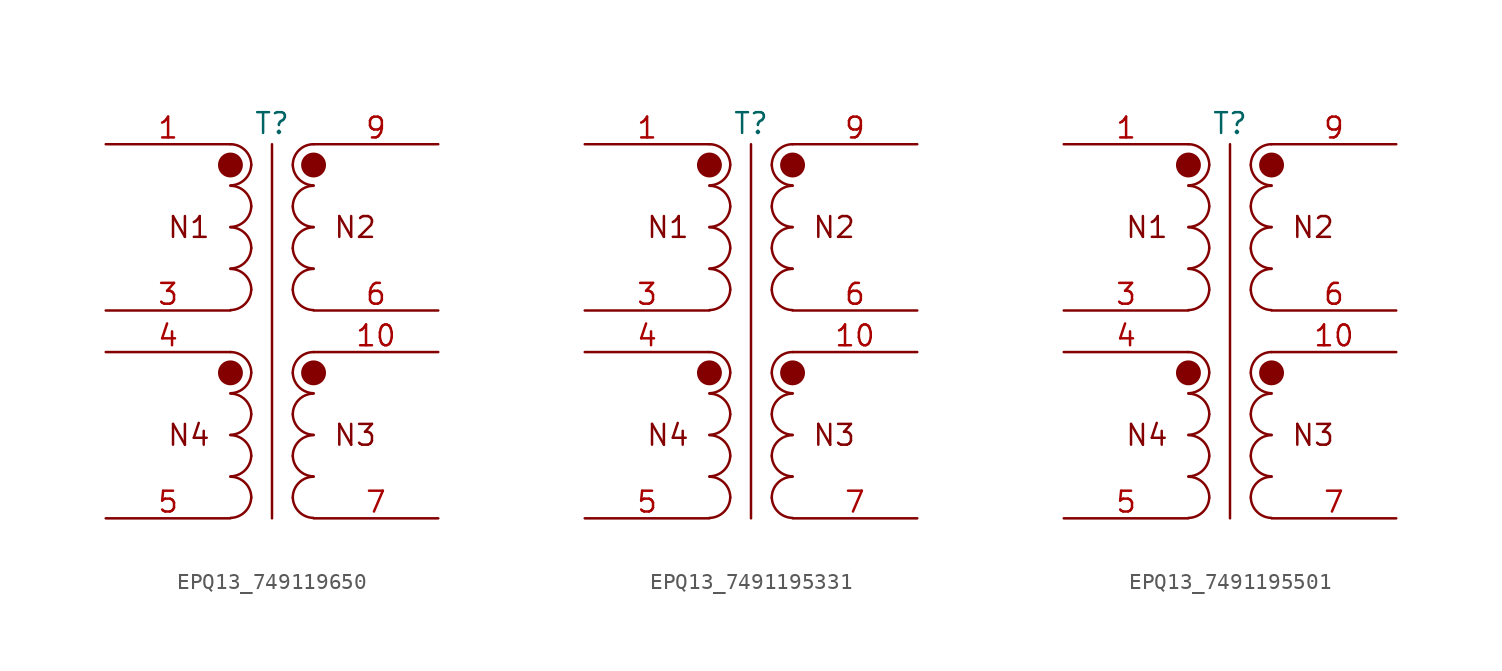
<source format=kicad_sym>
(kicad_symbol_lib
  (version 20220914)
  (generator kicad_symbol_editor)
  (symbol "EPQ13_749119650"
    (pin_names hide)
    (property "Reference" "T"
      (at 0 12.7 0)
      (effects (font (size 1.27 1.27))))
    (property "Critical Parameter" ""
      (at 0 -5.08 0)
      (effects (font (size 1.27 1.27)) (justify left)))
    (symbol "EPQ13_749119650_0_1"
      (arc (start -2.54 -11.4046) (mid -1.6561 -11.0363) (end -1.27 -10.16) (stroke (width 0) (type default)) (fill (type none)))
      (arc (start -2.54 -8.8646) (mid -1.6561 -8.4963) (end -1.27 -7.62) (stroke (width 0) (type default)) (fill (type none)))
      (arc (start -2.54 -6.3246) (mid -1.6561 -5.9563) (end -1.27 -5.08) (stroke (width 0) (type default)) (fill (type none)))
      (arc (start -2.54 -3.7846) (mid -1.6561 -3.4163) (end -1.27 -2.54) (stroke (width 0) (type default)) (fill (type none)))
      (arc (start -2.54 1.2954) (mid -1.6561 1.6637) (end -1.27 2.54) (stroke (width 0) (type default)) (fill (type none)))
      (arc (start -2.54 3.8354) (mid -1.6561 4.2037) (end -1.27 5.08) (stroke (width 0) (type default)) (fill (type none)))
      (arc (start -2.54 6.3754) (mid -1.6561 6.7437) (end -1.27 7.62) (stroke (width 0) (type default)) (fill (type none)))
      (arc (start -2.54 8.9154) (mid -1.6561 9.2837) (end -1.27 10.16) (stroke (width 0) (type default)) (fill (type none)))
      (arc (start -1.27 -10.16) (mid -1.642 -9.262) (end -2.54 -8.89) (stroke (width 0) (type default)) (fill (type none)))
      (arc (start -1.27 -7.62) (mid -1.642 -6.722) (end -2.54 -6.35) (stroke (width 0) (type default)) (fill (type none)))
      (arc (start -1.27 -5.08) (mid -1.642 -4.182) (end -2.54 -3.81) (stroke (width 0) (type default)) (fill (type none)))
      (arc (start -1.27 -2.54) (mid -1.642 -1.642) (end -2.54 -1.27) (stroke (width 0) (type default)) (fill (type none)))
      (arc (start -1.27 2.54) (mid -1.642 3.438) (end -2.54 3.81) (stroke (width 0) (type default)) (fill (type none)))
      (arc (start -1.27 5.08) (mid -1.642 5.978) (end -2.54 6.35) (stroke (width 0) (type default)) (fill (type none)))
      (arc (start -1.27 7.62) (mid -1.642 8.518) (end -2.54 8.89) (stroke (width 0) (type default)) (fill (type none)))
      (arc (start -1.27 10.16) (mid -1.642 11.058) (end -2.54 11.43) (stroke (width 0) (type default)) (fill (type none)))
      (polyline (pts (xy 0 -11.43) (xy 0 11.43)) (stroke (width 0) (type default)) (fill (type none)))
      (arc (start 1.27 -10.16) (mid 1.6561 -11.0363) (end 2.54 -11.4046) (stroke (width 0) (type default)) (fill (type none)))
      (arc (start 1.27 -7.62) (mid 1.6561 -8.4963) (end 2.54 -8.8646) (stroke (width 0) (type default)) (fill (type none)))
      (arc (start 1.27 -5.08) (mid 1.6561 -5.9563) (end 2.54 -6.3246) (stroke (width 0) (type default)) (fill (type none)))
      (arc (start 1.27 -2.54) (mid 1.6561 -3.4163) (end 2.54 -3.7846) (stroke (width 0) (type default)) (fill (type none)))
      (arc (start 1.27 2.54) (mid 1.6561 1.6637) (end 2.54 1.2954) (stroke (width 0) (type default)) (fill (type none)))
      (arc (start 1.27 5.08) (mid 1.6561 4.2037) (end 2.54 3.8354) (stroke (width 0) (type default)) (fill (type none)))
      (arc (start 1.27 7.62) (mid 1.6561 6.7437) (end 2.54 6.3754) (stroke (width 0) (type default)) (fill (type none)))
      (arc (start 1.27 10.16) (mid 1.6561 9.2837) (end 2.54 8.9154) (stroke (width 0) (type default)) (fill (type none)))
      (arc (start 2.54 -8.89) (mid 1.642 -9.262) (end 1.27 -10.16) (stroke (width 0) (type default)) (fill (type none)))
      (arc (start 2.54 -6.35) (mid 1.642 -6.722) (end 1.27 -7.62) (stroke (width 0) (type default)) (fill (type none)))
      (arc (start 2.54 -3.81) (mid 1.642 -4.182) (end 1.27 -5.08) (stroke (width 0) (type default)) (fill (type none)))
      (arc (start 2.54 -1.27) (mid 1.642 -1.642) (end 1.27 -2.54) (stroke (width 0) (type default)) (fill (type none)))
      (arc (start 2.54 3.81) (mid 1.642 3.438) (end 1.27 2.54) (stroke (width 0) (type default)) (fill (type none)))
      (arc (start 2.54 6.35) (mid 1.642 5.978) (end 1.27 5.08) (stroke (width 0) (type default)) (fill (type none)))
      (arc (start 2.54 8.89) (mid 1.642 8.518) (end 1.27 7.62) (stroke (width 0) (type default)) (fill (type none)))
      (arc (start 2.54 11.43) (mid 1.642 11.058) (end 1.27 10.16) (stroke (width 0) (type default)) (fill (type none))))
    (symbol "EPQ13_749119650_1_1"
      (circle (center -2.54 -2.54) (radius 0.0001) (stroke (width 0.762) (type default)) (fill (type none)))
      (circle (center -2.54 10.16) (radius 0.0001) (stroke (width 0.762) (type default)) (fill (type none)))
      (circle (center 2.54 -2.54) (radius 0.0001) (stroke (width 0.762) (type default)) (fill (type none)))
      (circle (center 2.54 10.16) (radius 0.0001) (stroke (width 0.762) (type default)) (fill (type none)))
      (text "N1" (at -5.08 6.35 0) (effects (font (size 1.27 1.27))))
      (text "N2" (at 5.08 6.35 0) (effects (font (size 1.27 1.27))))
      (text "N4" (at -5.08 -6.35 0) (effects (font (size 1.27 1.27))))
      (text "N3" (at 5.08 -6.35 0) (effects (font (size 1.27 1.27))))
      (pin passive line (at -10.16 11.43 0) (length 7.62) (name "1" (effects (font (size 1.27 1.27)))) (number "1" (effects (font (size 1.27 1.27)))))
      (pin passive line (at -10.16 1.27 0) (length 7.62) (name "3" (effects (font (size 1.27 1.27)))) (number "3" (effects (font (size 1.27 1.27)))))
      (pin passive line (at -10.16 -1.27 0) (length 7.62) (name "4" (effects (font (size 1.27 1.27)))) (number "4" (effects (font (size 1.27 1.27)))))
      (pin passive line (at -10.16 -11.43 0) (length 7.62) (name "5" (effects (font (size 1.27 1.27)))) (number "5" (effects (font (size 1.27 1.27)))))
      (pin passive line (at 10.16 11.43 180) (length 7.62) (name "9" (effects (font (size 1.27 1.27)))) (number "9" (effects (font (size 1.27 1.27)))))
      (pin passive line (at 10.16 1.27 180) (length 7.62) (name "6" (effects (font (size 1.27 1.27)))) (number "6" (effects (font (size 1.27 1.27)))))
      (pin passive line (at 10.16 -1.27 180) (length 7.62) (name "10" (effects (font (size 1.27 1.27)))) (number "10" (effects (font (size 1.27 1.27)))))
      (pin passive line (at 10.16 -11.43 180) (length 7.62) (name "7" (effects (font (size 1.27 1.27)))) (number "7" (effects (font (size 1.27 1.27)))))))
  (symbol "EPQ13_7491195331"
    (pin_names hide)
    (property "Reference" "T"
      (at 0 12.7 0)
      (effects (font (size 1.27 1.27))))
    (property "Critical Parameter" ""
      (at 0 -5.08 0)
      (effects (font (size 1.27 1.27)) (justify left)))
    (symbol "EPQ13_7491195331_0_1"
      (arc (start -2.54 -11.4046) (mid -1.6561 -11.0363) (end -1.27 -10.16) (stroke (width 0) (type default)) (fill (type none)))
      (arc (start -2.54 -8.8646) (mid -1.6561 -8.4963) (end -1.27 -7.62) (stroke (width 0) (type default)) (fill (type none)))
      (arc (start -2.54 -6.3246) (mid -1.6561 -5.9563) (end -1.27 -5.08) (stroke (width 0) (type default)) (fill (type none)))
      (arc (start -2.54 -3.7846) (mid -1.6561 -3.4163) (end -1.27 -2.54) (stroke (width 0) (type default)) (fill (type none)))
      (arc (start -2.54 1.2954) (mid -1.6561 1.6637) (end -1.27 2.54) (stroke (width 0) (type default)) (fill (type none)))
      (arc (start -2.54 3.8354) (mid -1.6561 4.2037) (end -1.27 5.08) (stroke (width 0) (type default)) (fill (type none)))
      (arc (start -2.54 6.3754) (mid -1.6561 6.7437) (end -1.27 7.62) (stroke (width 0) (type default)) (fill (type none)))
      (arc (start -2.54 8.9154) (mid -1.6561 9.2837) (end -1.27 10.16) (stroke (width 0) (type default)) (fill (type none)))
      (arc (start -1.27 -10.16) (mid -1.642 -9.262) (end -2.54 -8.89) (stroke (width 0) (type default)) (fill (type none)))
      (arc (start -1.27 -7.62) (mid -1.642 -6.722) (end -2.54 -6.35) (stroke (width 0) (type default)) (fill (type none)))
      (arc (start -1.27 -5.08) (mid -1.642 -4.182) (end -2.54 -3.81) (stroke (width 0) (type default)) (fill (type none)))
      (arc (start -1.27 -2.54) (mid -1.642 -1.642) (end -2.54 -1.27) (stroke (width 0) (type default)) (fill (type none)))
      (arc (start -1.27 2.54) (mid -1.642 3.438) (end -2.54 3.81) (stroke (width 0) (type default)) (fill (type none)))
      (arc (start -1.27 5.08) (mid -1.642 5.978) (end -2.54 6.35) (stroke (width 0) (type default)) (fill (type none)))
      (arc (start -1.27 7.62) (mid -1.642 8.518) (end -2.54 8.89) (stroke (width 0) (type default)) (fill (type none)))
      (arc (start -1.27 10.16) (mid -1.642 11.058) (end -2.54 11.43) (stroke (width 0) (type default)) (fill (type none)))
      (polyline (pts (xy 0 -11.43) (xy 0 11.43)) (stroke (width 0) (type default)) (fill (type none)))
      (arc (start 1.27 -10.16) (mid 1.6561 -11.0363) (end 2.54 -11.4046) (stroke (width 0) (type default)) (fill (type none)))
      (arc (start 1.27 -7.62) (mid 1.6561 -8.4963) (end 2.54 -8.8646) (stroke (width 0) (type default)) (fill (type none)))
      (arc (start 1.27 -5.08) (mid 1.6561 -5.9563) (end 2.54 -6.3246) (stroke (width 0) (type default)) (fill (type none)))
      (arc (start 1.27 -2.54) (mid 1.6561 -3.4163) (end 2.54 -3.7846) (stroke (width 0) (type default)) (fill (type none)))
      (arc (start 1.27 2.54) (mid 1.6561 1.6637) (end 2.54 1.2954) (stroke (width 0) (type default)) (fill (type none)))
      (arc (start 1.27 5.08) (mid 1.6561 4.2037) (end 2.54 3.8354) (stroke (width 0) (type default)) (fill (type none)))
      (arc (start 1.27 7.62) (mid 1.6561 6.7437) (end 2.54 6.3754) (stroke (width 0) (type default)) (fill (type none)))
      (arc (start 1.27 10.16) (mid 1.6561 9.2837) (end 2.54 8.9154) (stroke (width 0) (type default)) (fill (type none)))
      (arc (start 2.54 -8.89) (mid 1.642 -9.262) (end 1.27 -10.16) (stroke (width 0) (type default)) (fill (type none)))
      (arc (start 2.54 -6.35) (mid 1.642 -6.722) (end 1.27 -7.62) (stroke (width 0) (type default)) (fill (type none)))
      (arc (start 2.54 -3.81) (mid 1.642 -4.182) (end 1.27 -5.08) (stroke (width 0) (type default)) (fill (type none)))
      (arc (start 2.54 -1.27) (mid 1.642 -1.642) (end 1.27 -2.54) (stroke (width 0) (type default)) (fill (type none)))
      (arc (start 2.54 3.81) (mid 1.642 3.438) (end 1.27 2.54) (stroke (width 0) (type default)) (fill (type none)))
      (arc (start 2.54 6.35) (mid 1.642 5.978) (end 1.27 5.08) (stroke (width 0) (type default)) (fill (type none)))
      (arc (start 2.54 8.89) (mid 1.642 8.518) (end 1.27 7.62) (stroke (width 0) (type default)) (fill (type none)))
      (arc (start 2.54 11.43) (mid 1.642 11.058) (end 1.27 10.16) (stroke (width 0) (type default)) (fill (type none))))
    (symbol "EPQ13_7491195331_1_1"
      (circle (center -2.54 -2.54) (radius 0.0001) (stroke (width 0.762) (type default)) (fill (type none)))
      (circle (center -2.54 10.16) (radius 0.0001) (stroke (width 0.762) (type default)) (fill (type none)))
      (circle (center 2.54 -2.54) (radius 0.0001) (stroke (width 0.762) (type default)) (fill (type none)))
      (circle (center 2.54 10.16) (radius 0.0001) (stroke (width 0.762) (type default)) (fill (type none)))
      (text "N1" (at -5.08 6.35 0) (effects (font (size 1.27 1.27))))
      (text "N2" (at 5.08 6.35 0) (effects (font (size 1.27 1.27))))
      (text "N4" (at -5.08 -6.35 0) (effects (font (size 1.27 1.27))))
      (text "N3" (at 5.08 -6.35 0) (effects (font (size 1.27 1.27))))
      (pin passive line (at -10.16 11.43 0) (length 7.62) (name "1" (effects (font (size 1.27 1.27)))) (number "1" (effects (font (size 1.27 1.27)))))
      (pin passive line (at -10.16 1.27 0) (length 7.62) (name "3" (effects (font (size 1.27 1.27)))) (number "3" (effects (font (size 1.27 1.27)))))
      (pin passive line (at -10.16 -1.27 0) (length 7.62) (name "4" (effects (font (size 1.27 1.27)))) (number "4" (effects (font (size 1.27 1.27)))))
      (pin passive line (at -10.16 -11.43 0) (length 7.62) (name "5" (effects (font (size 1.27 1.27)))) (number "5" (effects (font (size 1.27 1.27)))))
      (pin passive line (at 10.16 11.43 180) (length 7.62) (name "9" (effects (font (size 1.27 1.27)))) (number "9" (effects (font (size 1.27 1.27)))))
      (pin passive line (at 10.16 1.27 180) (length 7.62) (name "6" (effects (font (size 1.27 1.27)))) (number "6" (effects (font (size 1.27 1.27)))))
      (pin passive line (at 10.16 -1.27 180) (length 7.62) (name "10" (effects (font (size 1.27 1.27)))) (number "10" (effects (font (size 1.27 1.27)))))
      (pin passive line (at 10.16 -11.43 180) (length 7.62) (name "7" (effects (font (size 1.27 1.27)))) (number "7" (effects (font (size 1.27 1.27)))))))
  (symbol "EPQ13_7491195501"
    (pin_names hide)
    (property "Reference" "T"
      (at 0 12.7 0)
      (effects (font (size 1.27 1.27))))
    (property "Critical Parameter" ""
      (at 0 -5.08 0)
      (effects (font (size 1.27 1.27)) (justify left)))
    (symbol "EPQ13_7491195501_0_1"
      (arc (start -2.54 -11.4046) (mid -1.6561 -11.0363) (end -1.27 -10.16) (stroke (width 0) (type default)) (fill (type none)))
      (arc (start -2.54 -8.8646) (mid -1.6561 -8.4963) (end -1.27 -7.62) (stroke (width 0) (type default)) (fill (type none)))
      (arc (start -2.54 -6.3246) (mid -1.6561 -5.9563) (end -1.27 -5.08) (stroke (width 0) (type default)) (fill (type none)))
      (arc (start -2.54 -3.7846) (mid -1.6561 -3.4163) (end -1.27 -2.54) (stroke (width 0) (type default)) (fill (type none)))
      (arc (start -2.54 1.2954) (mid -1.6561 1.6637) (end -1.27 2.54) (stroke (width 0) (type default)) (fill (type none)))
      (arc (start -2.54 3.8354) (mid -1.6561 4.2037) (end -1.27 5.08) (stroke (width 0) (type default)) (fill (type none)))
      (arc (start -2.54 6.3754) (mid -1.6561 6.7437) (end -1.27 7.62) (stroke (width 0) (type default)) (fill (type none)))
      (arc (start -2.54 8.9154) (mid -1.6561 9.2837) (end -1.27 10.16) (stroke (width 0) (type default)) (fill (type none)))
      (arc (start -1.27 -10.16) (mid -1.642 -9.262) (end -2.54 -8.89) (stroke (width 0) (type default)) (fill (type none)))
      (arc (start -1.27 -7.62) (mid -1.642 -6.722) (end -2.54 -6.35) (stroke (width 0) (type default)) (fill (type none)))
      (arc (start -1.27 -5.08) (mid -1.642 -4.182) (end -2.54 -3.81) (stroke (width 0) (type default)) (fill (type none)))
      (arc (start -1.27 -2.54) (mid -1.642 -1.642) (end -2.54 -1.27) (stroke (width 0) (type default)) (fill (type none)))
      (arc (start -1.27 2.54) (mid -1.642 3.438) (end -2.54 3.81) (stroke (width 0) (type default)) (fill (type none)))
      (arc (start -1.27 5.08) (mid -1.642 5.978) (end -2.54 6.35) (stroke (width 0) (type default)) (fill (type none)))
      (arc (start -1.27 7.62) (mid -1.642 8.518) (end -2.54 8.89) (stroke (width 0) (type default)) (fill (type none)))
      (arc (start -1.27 10.16) (mid -1.642 11.058) (end -2.54 11.43) (stroke (width 0) (type default)) (fill (type none)))
      (polyline (pts (xy 0 -11.43) (xy 0 11.43)) (stroke (width 0) (type default)) (fill (type none)))
      (arc (start 1.27 -10.16) (mid 1.6561 -11.0363) (end 2.54 -11.4046) (stroke (width 0) (type default)) (fill (type none)))
      (arc (start 1.27 -7.62) (mid 1.6561 -8.4963) (end 2.54 -8.8646) (stroke (width 0) (type default)) (fill (type none)))
      (arc (start 1.27 -5.08) (mid 1.6561 -5.9563) (end 2.54 -6.3246) (stroke (width 0) (type default)) (fill (type none)))
      (arc (start 1.27 -2.54) (mid 1.6561 -3.4163) (end 2.54 -3.7846) (stroke (width 0) (type default)) (fill (type none)))
      (arc (start 1.27 2.54) (mid 1.6561 1.6637) (end 2.54 1.2954) (stroke (width 0) (type default)) (fill (type none)))
      (arc (start 1.27 5.08) (mid 1.6561 4.2037) (end 2.54 3.8354) (stroke (width 0) (type default)) (fill (type none)))
      (arc (start 1.27 7.62) (mid 1.6561 6.7437) (end 2.54 6.3754) (stroke (width 0) (type default)) (fill (type none)))
      (arc (start 1.27 10.16) (mid 1.6561 9.2837) (end 2.54 8.9154) (stroke (width 0) (type default)) (fill (type none)))
      (arc (start 2.54 -8.89) (mid 1.642 -9.262) (end 1.27 -10.16) (stroke (width 0) (type default)) (fill (type none)))
      (arc (start 2.54 -6.35) (mid 1.642 -6.722) (end 1.27 -7.62) (stroke (width 0) (type default)) (fill (type none)))
      (arc (start 2.54 -3.81) (mid 1.642 -4.182) (end 1.27 -5.08) (stroke (width 0) (type default)) (fill (type none)))
      (arc (start 2.54 -1.27) (mid 1.642 -1.642) (end 1.27 -2.54) (stroke (width 0) (type default)) (fill (type none)))
      (arc (start 2.54 3.81) (mid 1.642 3.438) (end 1.27 2.54) (stroke (width 0) (type default)) (fill (type none)))
      (arc (start 2.54 6.35) (mid 1.642 5.978) (end 1.27 5.08) (stroke (width 0) (type default)) (fill (type none)))
      (arc (start 2.54 8.89) (mid 1.642 8.518) (end 1.27 7.62) (stroke (width 0) (type default)) (fill (type none)))
      (arc (start 2.54 11.43) (mid 1.642 11.058) (end 1.27 10.16) (stroke (width 0) (type default)) (fill (type none))))
    (symbol "EPQ13_7491195501_1_1"
      (circle (center -2.54 -2.54) (radius 0.0001) (stroke (width 0.762) (type default)) (fill (type none)))
      (circle (center -2.54 10.16) (radius 0.0001) (stroke (width 0.762) (type default)) (fill (type none)))
      (circle (center 2.54 -2.54) (radius 0.0001) (stroke (width 0.762) (type default)) (fill (type none)))
      (circle (center 2.54 10.16) (radius 0.0001) (stroke (width 0.762) (type default)) (fill (type none)))
      (text "N1" (at -5.08 6.35 0) (effects (font (size 1.27 1.27))))
      (text "N2" (at 5.08 6.35 0) (effects (font (size 1.27 1.27))))
      (text "N4" (at -5.08 -6.35 0) (effects (font (size 1.27 1.27))))
      (text "N3" (at 5.08 -6.35 0) (effects (font (size 1.27 1.27))))
      (pin passive line (at -10.16 11.43 0) (length 7.62) (name "1" (effects (font (size 1.27 1.27)))) (number "1" (effects (font (size 1.27 1.27)))))
      (pin passive line (at -10.16 1.27 0) (length 7.62) (name "3" (effects (font (size 1.27 1.27)))) (number "3" (effects (font (size 1.27 1.27)))))
      (pin passive line (at -10.16 -1.27 0) (length 7.62) (name "4" (effects (font (size 1.27 1.27)))) (number "4" (effects (font (size 1.27 1.27)))))
      (pin passive line (at -10.16 -11.43 0) (length 7.62) (name "5" (effects (font (size 1.27 1.27)))) (number "5" (effects (font (size 1.27 1.27)))))
      (pin passive line (at 10.16 11.43 180) (length 7.62) (name "9" (effects (font (size 1.27 1.27)))) (number "9" (effects (font (size 1.27 1.27)))))
      (pin passive line (at 10.16 1.27 180) (length 7.62) (name "6" (effects (font (size 1.27 1.27)))) (number "6" (effects (font (size 1.27 1.27)))))
      (pin passive line (at 10.16 -1.27 180) (length 7.62) (name "10" (effects (font (size 1.27 1.27)))) (number "10" (effects (font (size 1.27 1.27)))))
      (pin passive line (at 10.16 -11.43 180) (length 7.62) (name "7" (effects (font (size 1.27 1.27)))) (number "7" (effects (font (size 1.27 1.27))))))))
</source>
